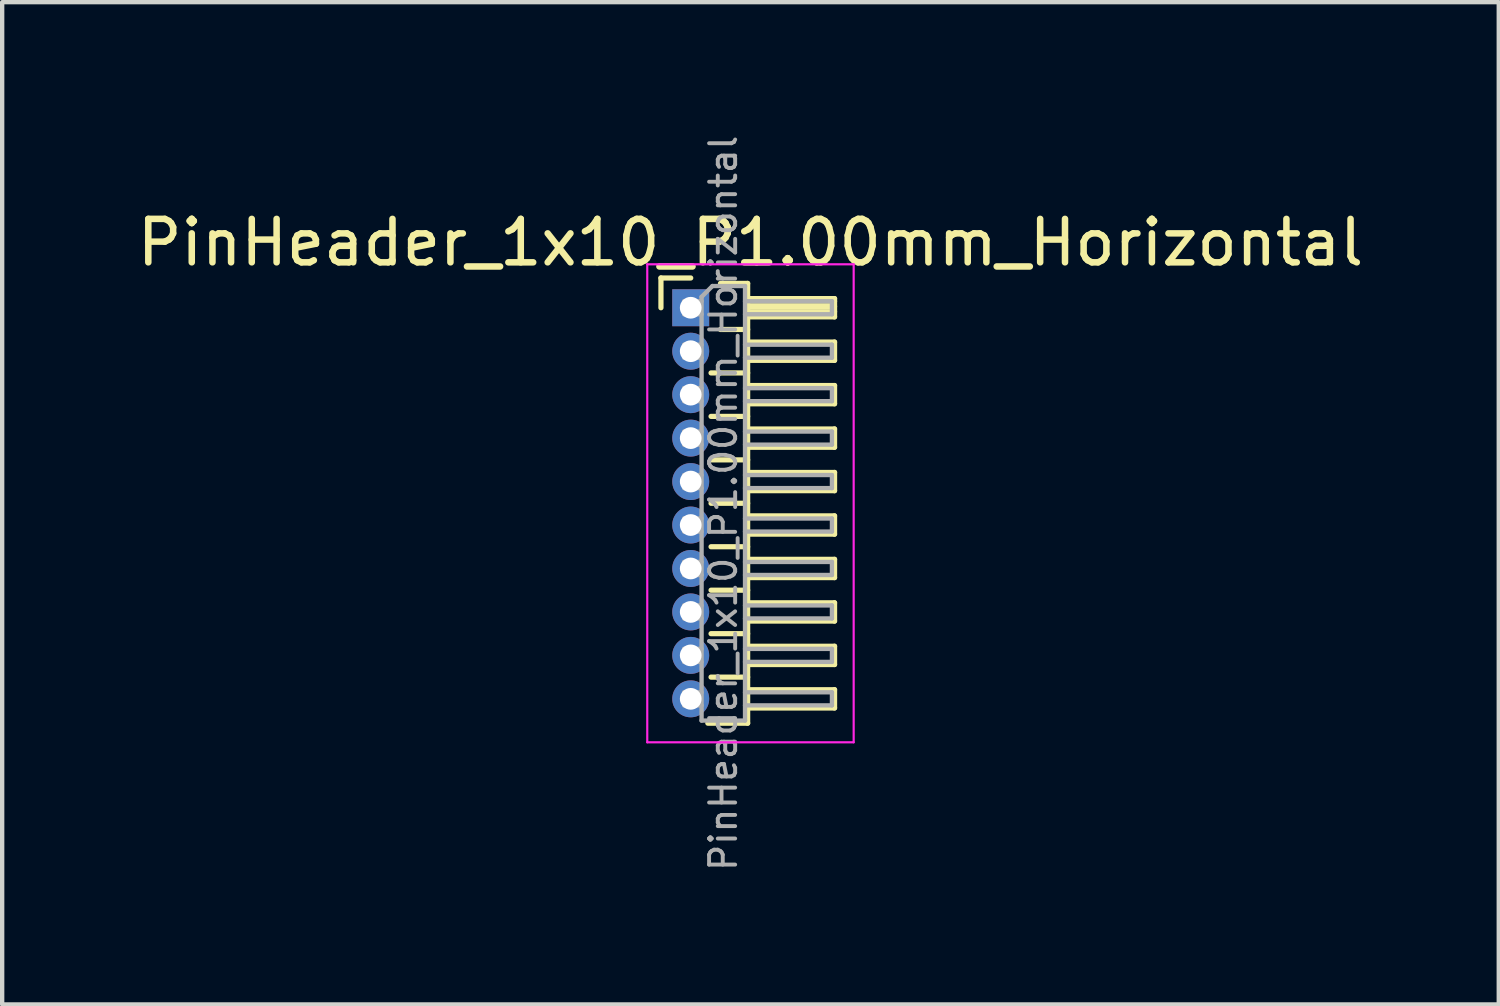
<source format=kicad_pcb>
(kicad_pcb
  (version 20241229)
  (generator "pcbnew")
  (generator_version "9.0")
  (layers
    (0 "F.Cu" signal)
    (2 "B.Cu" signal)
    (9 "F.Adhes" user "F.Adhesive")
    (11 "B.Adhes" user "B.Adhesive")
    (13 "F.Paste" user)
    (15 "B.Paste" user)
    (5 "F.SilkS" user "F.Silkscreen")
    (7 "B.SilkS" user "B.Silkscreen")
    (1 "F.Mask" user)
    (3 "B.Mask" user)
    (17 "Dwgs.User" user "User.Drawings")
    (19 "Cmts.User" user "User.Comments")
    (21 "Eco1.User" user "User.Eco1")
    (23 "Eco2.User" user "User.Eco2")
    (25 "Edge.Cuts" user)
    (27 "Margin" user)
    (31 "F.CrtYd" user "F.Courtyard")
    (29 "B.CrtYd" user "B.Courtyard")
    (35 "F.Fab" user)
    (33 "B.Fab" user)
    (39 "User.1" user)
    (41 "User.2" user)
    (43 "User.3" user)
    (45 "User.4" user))
  (footprint "PinHeader_1x10_P1.00mm_Horizontal"
    (layer "F.Cu")
    (at 12.845 4.032)
    (property "Reference" "PinHeader_1x10_P1.00mm_Horizontal" (at 1.375 -1.5 0) (layer "F.SilkS") (effects (font (size 1 1) (thickness 0.15))))
    (attr through_hole)
    (fp_line (start -0.685 -0.685) (end 0 -0.685) (stroke (width 0.12) (type solid)) (layer "F.SilkS"))
    (fp_line (start -0.685 0) (end -0.685 -0.685) (stroke (width 0.12) (type solid)) (layer "F.SilkS"))
    (fp_line (start 0.468 1.5) (end 1.31 1.5) (stroke (width 0.12) (type solid)) (layer "F.SilkS"))
    (fp_line (start 0.468 2.5) (end 1.31 2.5) (stroke (width 0.12) (type solid)) (layer "F.SilkS"))
    (fp_line (start 0.468 3.5) (end 1.31 3.5) (stroke (width 0.12) (type solid)) (layer "F.SilkS"))
    (fp_line (start 0.468 4.5) (end 1.31 4.5) (stroke (width 0.12) (type solid)) (layer "F.SilkS"))
    (fp_line (start 0.468 5.5) (end 1.31 5.5) (stroke (width 0.12) (type solid)) (layer "F.SilkS"))
    (fp_line (start 0.468 6.5) (end 1.31 6.5) (stroke (width 0.12) (type solid)) (layer "F.SilkS"))
    (fp_line (start 0.468 7.5) (end 1.31 7.5) (stroke (width 0.12) (type solid)) (layer "F.SilkS"))
    (fp_line (start 0.468 8.5) (end 1.31 8.5) (stroke (width 0.12) (type solid)) (layer "F.SilkS"))
    (fp_line (start 0.685 -0.56) (end 1.31 -0.56) (stroke (width 0.12) (type solid)) (layer "F.SilkS"))
    (fp_line (start 0.685 0.5) (end 1.31 0.5) (stroke (width 0.12) (type solid)) (layer "F.SilkS"))
    (fp_line (start 1.31 -0.56) (end 1.31 9.56) (stroke (width 0.12) (type solid)) (layer "F.SilkS"))
    (fp_line (start 1.31 -0.21) (end 3.31 -0.21) (stroke (width 0.12) (type solid)) (layer "F.SilkS"))
    (fp_line (start 1.31 -0.15) (end 3.31 -0.15) (stroke (width 0.12) (type solid)) (layer "F.SilkS"))
    (fp_line (start 1.31 -0.03) (end 3.31 -0.03) (stroke (width 0.12) (type solid)) (layer "F.SilkS"))
    (fp_line (start 1.31 0.09) (end 3.31 0.09) (stroke (width 0.12) (type solid)) (layer "F.SilkS"))
    (fp_line (start 1.31 0.79) (end 3.31 0.79) (stroke (width 0.12) (type solid)) (layer "F.SilkS"))
    (fp_line (start 1.31 1.79) (end 3.31 1.79) (stroke (width 0.12) (type solid)) (layer "F.SilkS"))
    (fp_line (start 1.31 2.79) (end 3.31 2.79) (stroke (width 0.12) (type solid)) (layer "F.SilkS"))
    (fp_line (start 1.31 3.79) (end 3.31 3.79) (stroke (width 0.12) (type solid)) (layer "F.SilkS"))
    (fp_line (start 1.31 4.79) (end 3.31 4.79) (stroke (width 0.12) (type solid)) (layer "F.SilkS"))
    (fp_line (start 1.31 5.79) (end 3.31 5.79) (stroke (width 0.12) (type solid)) (layer "F.SilkS"))
    (fp_line (start 1.31 6.79) (end 3.31 6.79) (stroke (width 0.12) (type solid)) (layer "F.SilkS"))
    (fp_line (start 1.31 7.79) (end 3.31 7.79) (stroke (width 0.12) (type solid)) (layer "F.SilkS"))
    (fp_line (start 1.31 8.79) (end 3.31 8.79) (stroke (width 0.12) (type solid)) (layer "F.SilkS"))
    (fp_line (start 1.31 9.56) (end 0.394 9.56) (stroke (width 0.12) (type solid)) (layer "F.SilkS"))
    (fp_line (start 3.31 -0.21) (end 3.31 0.21) (stroke (width 0.12) (type solid)) (layer "F.SilkS"))
    (fp_line (start 3.31 0.21) (end 1.31 0.21) (stroke (width 0.12) (type solid)) (layer "F.SilkS"))
    (fp_line (start 3.31 0.79) (end 3.31 1.21) (stroke (width 0.12) (type solid)) (layer "F.SilkS"))
    (fp_line (start 3.31 1.21) (end 1.31 1.21) (stroke (width 0.12) (type solid)) (layer "F.SilkS"))
    (fp_line (start 3.31 1.79) (end 3.31 2.21) (stroke (width 0.12) (type solid)) (layer "F.SilkS"))
    (fp_line (start 3.31 2.21) (end 1.31 2.21) (stroke (width 0.12) (type solid)) (layer "F.SilkS"))
    (fp_line (start 3.31 2.79) (end 3.31 3.21) (stroke (width 0.12) (type solid)) (layer "F.SilkS"))
    (fp_line (start 3.31 3.21) (end 1.31 3.21) (stroke (width 0.12) (type solid)) (layer "F.SilkS"))
    (fp_line (start 3.31 3.79) (end 3.31 4.21) (stroke (width 0.12) (type solid)) (layer "F.SilkS"))
    (fp_line (start 3.31 4.21) (end 1.31 4.21) (stroke (width 0.12) (type solid)) (layer "F.SilkS"))
    (fp_line (start 3.31 4.79) (end 3.31 5.21) (stroke (width 0.12) (type solid)) (layer "F.SilkS"))
    (fp_line (start 3.31 5.21) (end 1.31 5.21) (stroke (width 0.12) (type solid)) (layer "F.SilkS"))
    (fp_line (start 3.31 5.79) (end 3.31 6.21) (stroke (width 0.12) (type solid)) (layer "F.SilkS"))
    (fp_line (start 3.31 6.21) (end 1.31 6.21) (stroke (width 0.12) (type solid)) (layer "F.SilkS"))
    (fp_line (start 3.31 6.79) (end 3.31 7.21) (stroke (width 0.12) (type solid)) (layer "F.SilkS"))
    (fp_line (start 3.31 7.21) (end 1.31 7.21) (stroke (width 0.12) (type solid)) (layer "F.SilkS"))
    (fp_line (start 3.31 7.79) (end 3.31 8.21) (stroke (width 0.12) (type solid)) (layer "F.SilkS"))
    (fp_line (start 3.31 8.21) (end 1.31 8.21) (stroke (width 0.12) (type solid)) (layer "F.SilkS"))
    (fp_line (start 3.31 8.79) (end 3.31 9.21) (stroke (width 0.12) (type solid)) (layer "F.SilkS"))
    (fp_line (start 3.31 9.21) (end 1.31 9.21) (stroke (width 0.12) (type solid)) (layer "F.SilkS"))
    (fp_line (start -1 -1) (end -1 10) (stroke (width 0.05) (type solid)) (layer "F.CrtYd"))
    (fp_line (start -1 10) (end 3.75 10) (stroke (width 0.05) (type solid)) (layer "F.CrtYd"))
    (fp_line (start 3.75 -1) (end -1 -1) (stroke (width 0.05) (type solid)) (layer "F.CrtYd"))
    (fp_line (start 3.75 10) (end 3.75 -1) (stroke (width 0.05) (type solid)) (layer "F.CrtYd"))
    (fp_line (start -0.15 -0.15) (end -0.15 0.15) (stroke (width 0.1) (type solid)) (layer "F.Fab"))
    (fp_line (start -0.15 -0.15) (end 0.25 -0.15) (stroke (width 0.1) (type solid)) (layer "F.Fab"))
    (fp_line (start -0.15 0.15) (end 0.25 0.15) (stroke (width 0.1) (type solid)) (layer "F.Fab"))
    (fp_line (start -0.15 0.85) (end -0.15 1.15) (stroke (width 0.1) (type solid)) (layer "F.Fab"))
    (fp_line (start -0.15 0.85) (end 0.25 0.85) (stroke (width 0.1) (type solid)) (layer "F.Fab"))
    (fp_line (start -0.15 1.15) (end 0.25 1.15) (stroke (width 0.1) (type solid)) (layer "F.Fab"))
    (fp_line (start -0.15 1.85) (end -0.15 2.15) (stroke (width 0.1) (type solid)) (layer "F.Fab"))
    (fp_line (start -0.15 1.85) (end 0.25 1.85) (stroke (width 0.1) (type solid)) (layer "F.Fab"))
    (fp_line (start -0.15 2.15) (end 0.25 2.15) (stroke (width 0.1) (type solid)) (layer "F.Fab"))
    (fp_line (start -0.15 2.85) (end -0.15 3.15) (stroke (width 0.1) (type solid)) (layer "F.Fab"))
    (fp_line (start -0.15 2.85) (end 0.25 2.85) (stroke (width 0.1) (type solid)) (layer "F.Fab"))
    (fp_line (start -0.15 3.15) (end 0.25 3.15) (stroke (width 0.1) (type solid)) (layer "F.Fab"))
    (fp_line (start -0.15 3.85) (end -0.15 4.15) (stroke (width 0.1) (type solid)) (layer "F.Fab"))
    (fp_line (start -0.15 3.85) (end 0.25 3.85) (stroke (width 0.1) (type solid)) (layer "F.Fab"))
    (fp_line (start -0.15 4.15) (end 0.25 4.15) (stroke (width 0.1) (type solid)) (layer "F.Fab"))
    (fp_line (start -0.15 4.85) (end -0.15 5.15) (stroke (width 0.1) (type solid)) (layer "F.Fab"))
    (fp_line (start -0.15 4.85) (end 0.25 4.85) (stroke (width 0.1) (type solid)) (layer "F.Fab"))
    (fp_line (start -0.15 5.15) (end 0.25 5.15) (stroke (width 0.1) (type solid)) (layer "F.Fab"))
    (fp_line (start -0.15 5.85) (end -0.15 6.15) (stroke (width 0.1) (type solid)) (layer "F.Fab"))
    (fp_line (start -0.15 5.85) (end 0.25 5.85) (stroke (width 0.1) (type solid)) (layer "F.Fab"))
    (fp_line (start -0.15 6.15) (end 0.25 6.15) (stroke (width 0.1) (type solid)) (layer "F.Fab"))
    (fp_line (start -0.15 6.85) (end -0.15 7.15) (stroke (width 0.1) (type solid)) (layer "F.Fab"))
    (fp_line (start -0.15 6.85) (end 0.25 6.85) (stroke (width 0.1) (type solid)) (layer "F.Fab"))
    (fp_line (start -0.15 7.15) (end 0.25 7.15) (stroke (width 0.1) (type solid)) (layer "F.Fab"))
    (fp_line (start -0.15 7.85) (end -0.15 8.15) (stroke (width 0.1) (type solid)) (layer "F.Fab"))
    (fp_line (start -0.15 7.85) (end 0.25 7.85) (stroke (width 0.1) (type solid)) (layer "F.Fab"))
    (fp_line (start -0.15 8.15) (end 0.25 8.15) (stroke (width 0.1) (type solid)) (layer "F.Fab"))
    (fp_line (start -0.15 8.85) (end -0.15 9.15) (stroke (width 0.1) (type solid)) (layer "F.Fab"))
    (fp_line (start -0.15 8.85) (end 0.25 8.85) (stroke (width 0.1) (type solid)) (layer "F.Fab"))
    (fp_line (start -0.15 9.15) (end 0.25 9.15) (stroke (width 0.1) (type solid)) (layer "F.Fab"))
    (fp_line (start 0.25 -0.25) (end 0.5 -0.5) (stroke (width 0.1) (type solid)) (layer "F.Fab"))
    (fp_line (start 0.25 9.5) (end 0.25 -0.25) (stroke (width 0.1) (type solid)) (layer "F.Fab"))
    (fp_line (start 0.5 -0.5) (end 1.25 -0.5) (stroke (width 0.1) (type solid)) (layer "F.Fab"))
    (fp_line (start 1.25 -0.5) (end 1.25 9.5) (stroke (width 0.1) (type solid)) (layer "F.Fab"))
    (fp_line (start 1.25 -0.15) (end 3.25 -0.15) (stroke (width 0.1) (type solid)) (layer "F.Fab"))
    (fp_line (start 1.25 0.15) (end 3.25 0.15) (stroke (width 0.1) (type solid)) (layer "F.Fab"))
    (fp_line (start 1.25 0.85) (end 3.25 0.85) (stroke (width 0.1) (type solid)) (layer "F.Fab"))
    (fp_line (start 1.25 1.15) (end 3.25 1.15) (stroke (width 0.1) (type solid)) (layer "F.Fab"))
    (fp_line (start 1.25 1.85) (end 3.25 1.85) (stroke (width 0.1) (type solid)) (layer "F.Fab"))
    (fp_line (start 1.25 2.15) (end 3.25 2.15) (stroke (width 0.1) (type solid)) (layer "F.Fab"))
    (fp_line (start 1.25 2.85) (end 3.25 2.85) (stroke (width 0.1) (type solid)) (layer "F.Fab"))
    (fp_line (start 1.25 3.15) (end 3.25 3.15) (stroke (width 0.1) (type solid)) (layer "F.Fab"))
    (fp_line (start 1.25 3.85) (end 3.25 3.85) (stroke (width 0.1) (type solid)) (layer "F.Fab"))
    (fp_line (start 1.25 4.15) (end 3.25 4.15) (stroke (width 0.1) (type solid)) (layer "F.Fab"))
    (fp_line (start 1.25 4.85) (end 3.25 4.85) (stroke (width 0.1) (type solid)) (layer "F.Fab"))
    (fp_line (start 1.25 5.15) (end 3.25 5.15) (stroke (width 0.1) (type solid)) (layer "F.Fab"))
    (fp_line (start 1.25 5.85) (end 3.25 5.85) (stroke (width 0.1) (type solid)) (layer "F.Fab"))
    (fp_line (start 1.25 6.15) (end 3.25 6.15) (stroke (width 0.1) (type solid)) (layer "F.Fab"))
    (fp_line (start 1.25 6.85) (end 3.25 6.85) (stroke (width 0.1) (type solid)) (layer "F.Fab"))
    (fp_line (start 1.25 7.15) (end 3.25 7.15) (stroke (width 0.1) (type solid)) (layer "F.Fab"))
    (fp_line (start 1.25 7.85) (end 3.25 7.85) (stroke (width 0.1) (type solid)) (layer "F.Fab"))
    (fp_line (start 1.25 8.15) (end 3.25 8.15) (stroke (width 0.1) (type solid)) (layer "F.Fab"))
    (fp_line (start 1.25 8.85) (end 3.25 8.85) (stroke (width 0.1) (type solid)) (layer "F.Fab"))
    (fp_line (start 1.25 9.15) (end 3.25 9.15) (stroke (width 0.1) (type solid)) (layer "F.Fab"))
    (fp_line (start 1.25 9.5) (end 0.25 9.5) (stroke (width 0.1) (type solid)) (layer "F.Fab"))
    (fp_line (start 3.25 -0.15) (end 3.25 0.15) (stroke (width 0.1) (type solid)) (layer "F.Fab"))
    (fp_line (start 3.25 0.85) (end 3.25 1.15) (stroke (width 0.1) (type solid)) (layer "F.Fab"))
    (fp_line (start 3.25 1.85) (end 3.25 2.15) (stroke (width 0.1) (type solid)) (layer "F.Fab"))
    (fp_line (start 3.25 2.85) (end 3.25 3.15) (stroke (width 0.1) (type solid)) (layer "F.Fab"))
    (fp_line (start 3.25 3.85) (end 3.25 4.15) (stroke (width 0.1) (type solid)) (layer "F.Fab"))
    (fp_line (start 3.25 4.85) (end 3.25 5.15) (stroke (width 0.1) (type solid)) (layer "F.Fab"))
    (fp_line (start 3.25 5.85) (end 3.25 6.15) (stroke (width 0.1) (type solid)) (layer "F.Fab"))
    (fp_line (start 3.25 6.85) (end 3.25 7.15) (stroke (width 0.1) (type solid)) (layer "F.Fab"))
    (fp_line (start 3.25 7.85) (end 3.25 8.15) (stroke (width 0.1) (type solid)) (layer "F.Fab"))
    (fp_line (start 3.25 8.85) (end 3.25 9.15) (stroke (width 0.1) (type solid)) (layer "F.Fab"))
    (fp_text user "${REFERENCE}" (at 0.75 4.5 90) (layer "F.Fab") (effects (font (size 0.6 0.6) (thickness 0.09))))
    (pad "1" thru_hole rect (at 0 0) (size 0.85 0.85) (drill 0.5) (layers "*.Cu" "*.Mask"))
    (pad "2" thru_hole oval (at 0 1) (size 0.85 0.85) (drill 0.5) (layers "*.Cu" "*.Mask"))
    (pad "3" thru_hole oval (at 0 2) (size 0.85 0.85) (drill 0.5) (layers "*.Cu" "*.Mask"))
    (pad "4" thru_hole oval (at 0 3) (size 0.85 0.85) (drill 0.5) (layers "*.Cu" "*.Mask"))
    (pad "5" thru_hole oval (at 0 4) (size 0.85 0.85) (drill 0.5) (layers "*.Cu" "*.Mask"))
    (pad "6" thru_hole oval (at 0 5) (size 0.85 0.85) (drill 0.5) (layers "*.Cu" "*.Mask"))
    (pad "7" thru_hole oval (at 0 6) (size 0.85 0.85) (drill 0.5) (layers "*.Cu" "*.Mask"))
    (pad "8" thru_hole oval (at 0 7) (size 0.85 0.85) (drill 0.5) (layers "*.Cu" "*.Mask"))
    (pad "9" thru_hole oval (at 0 8) (size 0.85 0.85) (drill 0.5) (layers "*.Cu" "*.Mask"))
    (pad "10" thru_hole oval (at 0 9) (size 0.85 0.85) (drill 0.5) (layers "*.Cu" "*.Mask")))
  (gr_rect
    (start -3 -3)
    (end 31.44 20.064)
    (stroke (width 0.1) (type default))
    (fill no)
    (layer "Edge.Cuts")))
</source>
